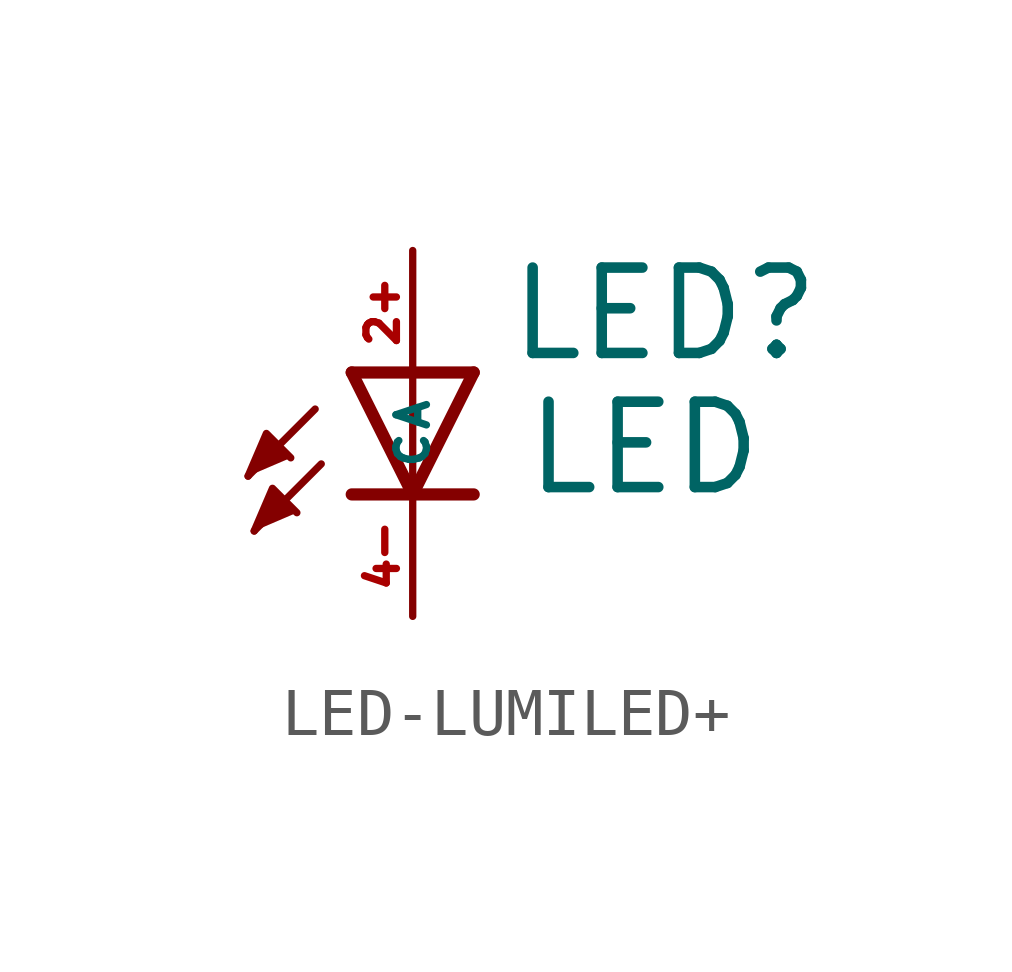
<source format=kicad_sym>
(kicad_symbol_lib
  (version 20220914)
  (generator kicad_symbol_editor)
  (symbol "LED-LUMILED+"
    (property "Reference" "LED"
      (at 1.93 0.178 0)
      (effects (font (size 1.778 1.778) (thickness 0.22)) (justify left bottom)))
    (property "Value" "LED"
      (at 2.261 -2.616 0)
      (effects (font (size 1.778 1.778) (thickness 0.22)) (justify left bottom)))
    (symbol "LED-LUMILED+_1_1"
      (polyline (pts (xy -2.032 -0.762) (xy -3.429 -2.159)) (stroke (width 0.152) (type default)) (fill (type none)))
      (polyline (pts (xy -1.905 -1.905) (xy -3.302 -3.302)) (stroke (width 0.152) (type default)) (fill (type none)))
      (polyline (pts (xy 0 -2.54) (xy -1.27 -2.54)) (stroke (width 0.254) (type default)) (fill (type none)))
      (polyline (pts (xy 0 -2.54) (xy -1.27 0)) (stroke (width 0.254) (type default)) (fill (type none)))
      (polyline (pts (xy 0 0) (xy -1.27 0)) (stroke (width 0.254) (type default)) (fill (type none)))
      (polyline (pts (xy 0 0) (xy 0 -2.54)) (stroke (width 0.152) (type default)) (fill (type none)))
      (polyline (pts (xy 1.27 -2.54) (xy 0 -2.54)) (stroke (width 0.254) (type default)) (fill (type none)))
      (polyline (pts (xy 1.27 0) (xy 0 -2.54)) (stroke (width 0.254) (type default)) (fill (type none)))
      (polyline (pts (xy 1.27 0) (xy 0 0)) (stroke (width 0.254) (type default)) (fill (type none)))
      (polyline (pts (xy -3.429 -2.159) (xy -3.048 -1.27) (xy -2.54 -1.778)) (stroke (width 0.152) (type default)) (fill (type outline)))
      (polyline (pts (xy -3.302 -3.302) (xy -2.921 -2.413) (xy -2.413 -2.921)) (stroke (width 0.152) (type default)) (fill (type outline)))
      (pin passive line (at 0 2.54 270) (length 2.54) (name "A" (effects (font (size 0.635 0.635)))) (number "2+" (effects (font (size 0.635 0.635)))))
      (pin passive line (at 0 -5.08 90) (length 2.54) (name "C" (effects (font (size 0.635 0.635)))) (number "4-" (effects (font (size 0.635 0.635))))))))
</source>
